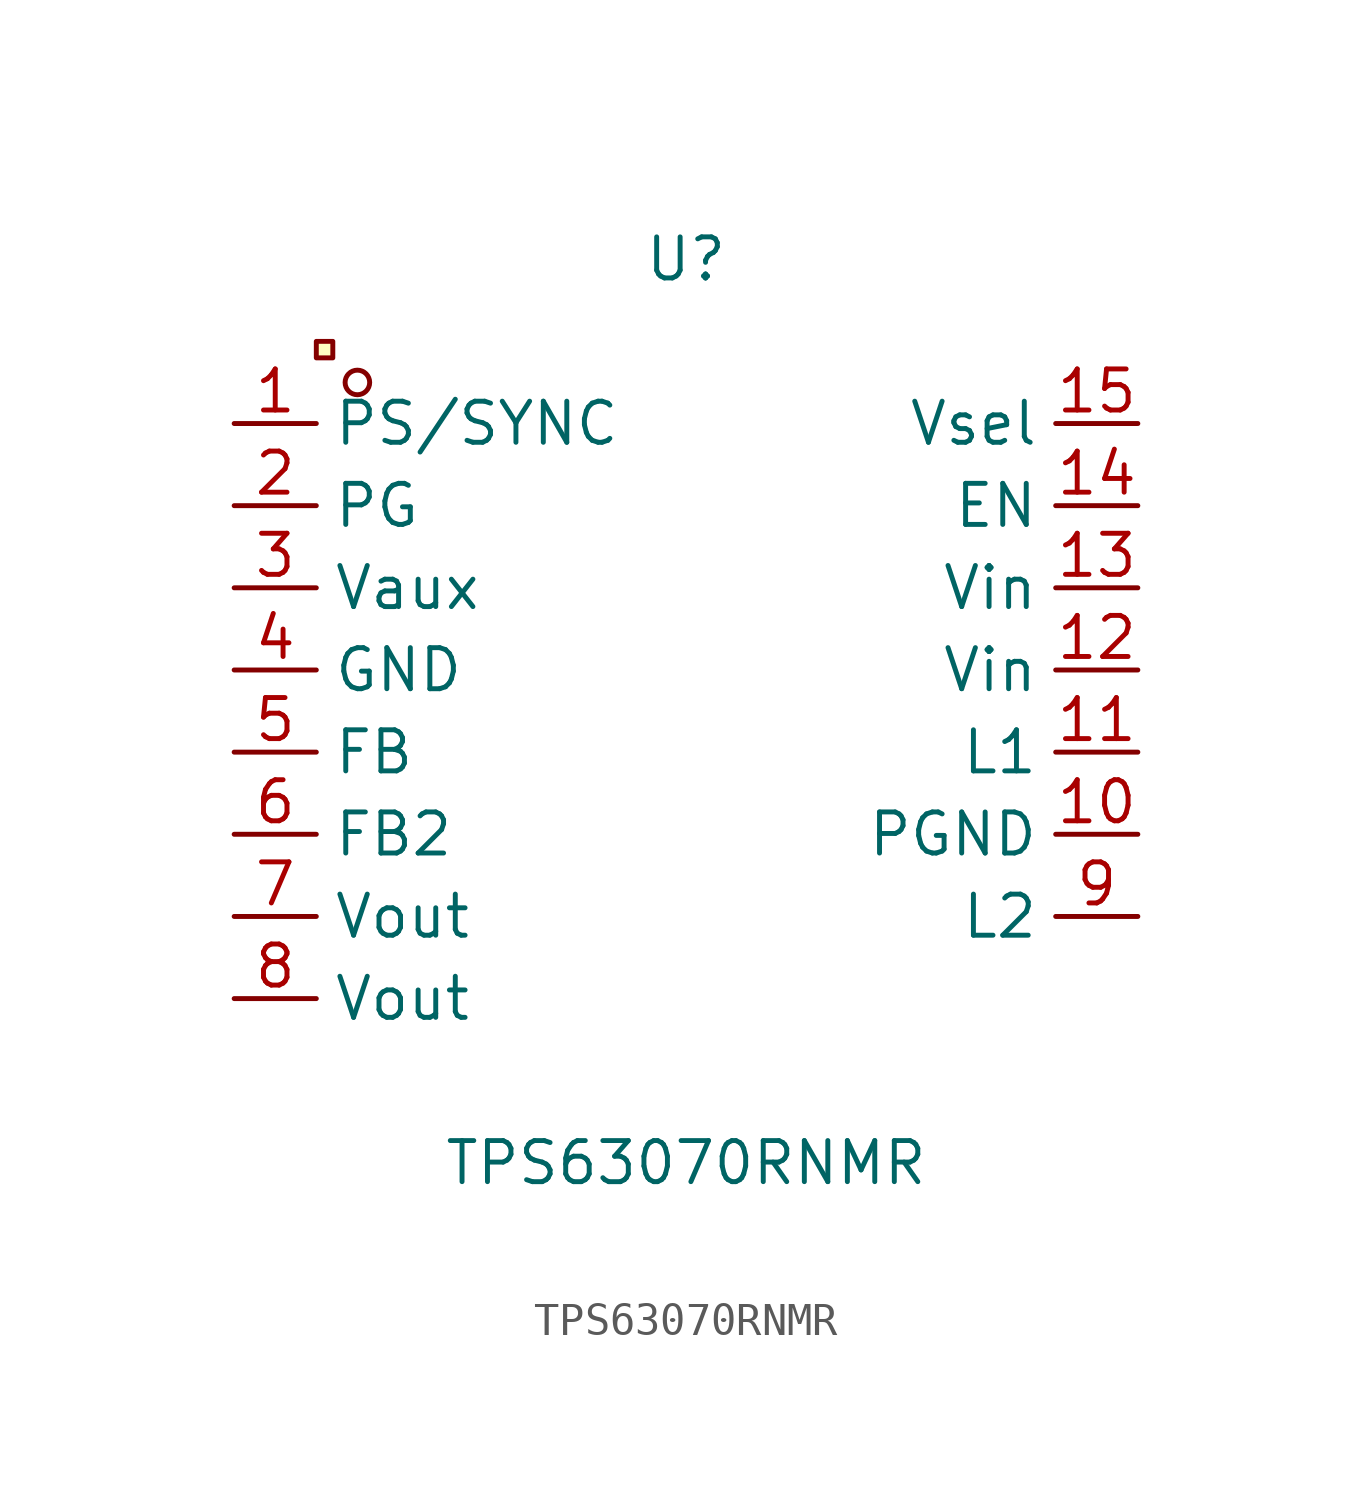
<source format=kicad_sym>
(kicad_symbol_lib
  (version 20241209)
  (generator "kicad_symbol_editor")
  (generator_version "9.0")
  (symbol "TPS63070RNMR"
    (property "Reference" "U"
      (at 0 13.97 0)
      (effects (font (size 1.27 1.27))))
    (property "Value" "TPS63070RNMR"
      (at 0 -13.97 0)
      (effects (font (size 1.27 1.27))))
    (symbol "TPS63070RNMR_0_1"
      (rectangle (start -11.43 11.43) (end -10.92 10.92) (stroke (width 0) (type default)) (fill (type background)))
      (circle (center -10.16 10.16) (radius 0.38) (stroke (width 0) (type default)) (fill (type none)))
      (pin unspecified line (at -13.97 8.89 0) (length 2.54) (name "PS/SYNC" (effects (font (size 1.27 1.27)))) (number "1" (effects (font (size 1.27 1.27)))))
      (pin unspecified line (at -13.97 6.35 0) (length 2.54) (name "PG" (effects (font (size 1.27 1.27)))) (number "2" (effects (font (size 1.27 1.27)))))
      (pin unspecified line (at -13.97 3.81 0) (length 2.54) (name "Vaux" (effects (font (size 1.27 1.27)))) (number "3" (effects (font (size 1.27 1.27)))))
      (pin unspecified line (at -13.97 1.27 0) (length 2.54) (name "GND" (effects (font (size 1.27 1.27)))) (number "4" (effects (font (size 1.27 1.27)))))
      (pin unspecified line (at -13.97 -1.27 0) (length 2.54) (name "FB" (effects (font (size 1.27 1.27)))) (number "5" (effects (font (size 1.27 1.27)))))
      (pin unspecified line (at -13.97 -3.81 0) (length 2.54) (name "FB2" (effects (font (size 1.27 1.27)))) (number "6" (effects (font (size 1.27 1.27)))))
      (pin unspecified line (at -13.97 -6.35 0) (length 2.54) (name "Vout" (effects (font (size 1.27 1.27)))) (number "7" (effects (font (size 1.27 1.27)))))
      (pin unspecified line (at -13.97 -8.89 0) (length 2.54) (name "Vout" (effects (font (size 1.27 1.27)))) (number "8" (effects (font (size 1.27 1.27)))))
      (pin unspecified line (at 13.97 8.89 180) (length 2.54) (name "Vsel" (effects (font (size 1.27 1.27)))) (number "15" (effects (font (size 1.27 1.27)))))
      (pin unspecified line (at 13.97 6.35 180) (length 2.54) (name "EN" (effects (font (size 1.27 1.27)))) (number "14" (effects (font (size 1.27 1.27)))))
      (pin unspecified line (at 13.97 3.81 180) (length 2.54) (name "Vin" (effects (font (size 1.27 1.27)))) (number "13" (effects (font (size 1.27 1.27)))))
      (pin unspecified line (at 13.97 1.27 180) (length 2.54) (name "Vin" (effects (font (size 1.27 1.27)))) (number "12" (effects (font (size 1.27 1.27)))))
      (pin unspecified line (at 13.97 -1.27 180) (length 2.54) (name "L1" (effects (font (size 1.27 1.27)))) (number "11" (effects (font (size 1.27 1.27)))))
      (pin unspecified line (at 13.97 -3.81 180) (length 2.54) (name "PGND" (effects (font (size 1.27 1.27)))) (number "10" (effects (font (size 1.27 1.27)))))
      (pin unspecified line (at 13.97 -6.35 180) (length 2.54) (name "L2" (effects (font (size 1.27 1.27)))) (number "9" (effects (font (size 1.27 1.27))))))))
</source>
